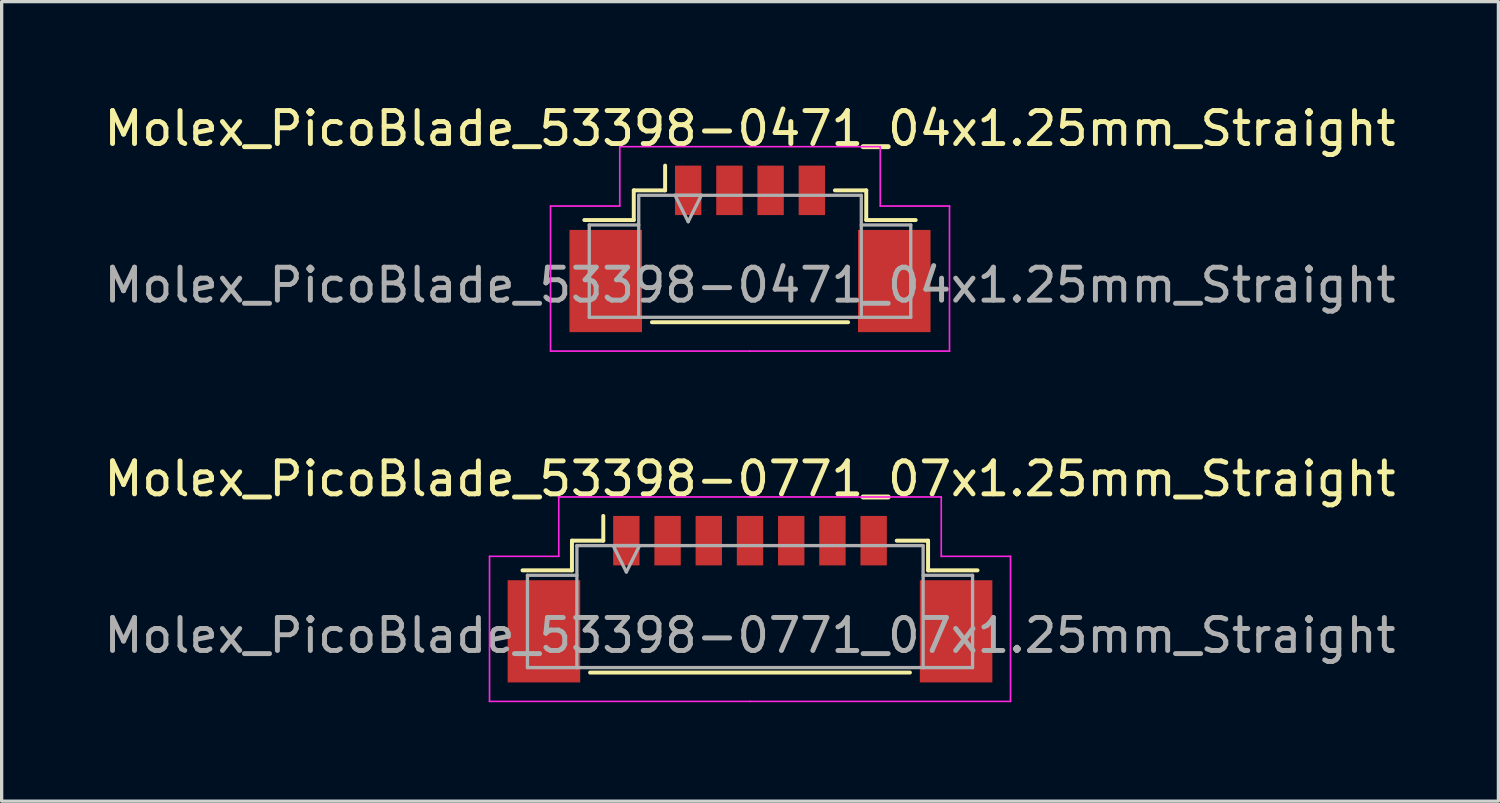
<source format=kicad_pcb>
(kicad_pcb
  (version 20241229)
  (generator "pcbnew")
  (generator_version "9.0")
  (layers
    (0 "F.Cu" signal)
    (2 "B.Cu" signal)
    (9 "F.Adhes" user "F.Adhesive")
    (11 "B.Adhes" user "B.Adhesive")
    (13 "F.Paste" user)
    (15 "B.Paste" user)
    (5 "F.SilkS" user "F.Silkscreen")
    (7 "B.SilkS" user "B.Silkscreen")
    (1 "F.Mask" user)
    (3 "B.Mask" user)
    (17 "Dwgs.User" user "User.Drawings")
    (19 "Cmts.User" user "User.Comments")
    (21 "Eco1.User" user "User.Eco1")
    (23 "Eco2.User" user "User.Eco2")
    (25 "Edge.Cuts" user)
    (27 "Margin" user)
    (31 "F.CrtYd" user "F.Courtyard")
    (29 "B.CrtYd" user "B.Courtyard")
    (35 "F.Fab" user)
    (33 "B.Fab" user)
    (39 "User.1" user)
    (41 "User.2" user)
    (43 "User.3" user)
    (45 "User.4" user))
  (footprint "Molex_PicoBlade_53398-0471_04x1.25mm_Straight"
    (layer "F.Cu")
    (at 19.696 4.098)
    (property "Reference" "Molex_PicoBlade_53398-0471_04x1.25mm_Straight" (at 0 -3.25 0) (layer "F.SilkS") (effects (font (size 1 1) (thickness 0.15))))
    (attr smd)
    (fp_line (start -3.525 -1.375) (end -3.525 -0.475) (stroke (width 0.12) (type solid)) (layer "F.SilkS"))
    (fp_line (start -3.525 -0.475) (end -5.025 -0.475) (stroke (width 0.12) (type solid)) (layer "F.SilkS"))
    (fp_line (start -2.975 2.625) (end 2.975 2.625) (stroke (width 0.12) (type solid)) (layer "F.SilkS"))
    (fp_line (start -2.575 -1.375) (end -3.525 -1.375) (stroke (width 0.12) (type solid)) (layer "F.SilkS"))
    (fp_line (start -2.575 -1.375) (end -2.575 -2.125) (stroke (width 0.12) (type solid)) (layer "F.SilkS"))
    (fp_line (start 2.575 -1.375) (end 3.525 -1.375) (stroke (width 0.12) (type solid)) (layer "F.SilkS"))
    (fp_line (start 3.525 -1.375) (end 3.525 -0.475) (stroke (width 0.12) (type solid)) (layer "F.SilkS"))
    (fp_line (start 3.525 -0.475) (end 5.025 -0.475) (stroke (width 0.12) (type solid)) (layer "F.SilkS"))
    (fp_line (start -6.05 -0.9) (end -6.05 3.5) (stroke (width 0.05) (type solid)) (layer "F.CrtYd"))
    (fp_line (start -6.05 3.5) (end 0 3.5) (stroke (width 0.05) (type solid)) (layer "F.CrtYd"))
    (fp_line (start -3.95 -2.7) (end -3.95 -0.9) (stroke (width 0.05) (type solid)) (layer "F.CrtYd"))
    (fp_line (start -3.95 -0.9) (end -6.05 -0.9) (stroke (width 0.05) (type solid)) (layer "F.CrtYd"))
    (fp_line (start 0 -2.7) (end -3.95 -2.7) (stroke (width 0.05) (type solid)) (layer "F.CrtYd"))
    (fp_line (start 0 -2.7) (end 3.95 -2.7) (stroke (width 0.05) (type solid)) (layer "F.CrtYd"))
    (fp_line (start 3.95 -2.7) (end 3.95 -0.9) (stroke (width 0.05) (type solid)) (layer "F.CrtYd"))
    (fp_line (start 3.95 -0.9) (end 6.05 -0.9) (stroke (width 0.05) (type solid)) (layer "F.CrtYd"))
    (fp_line (start 6.05 -0.9) (end 6.05 3.5) (stroke (width 0.05) (type solid)) (layer "F.CrtYd"))
    (fp_line (start 6.05 3.5) (end 0 3.5) (stroke (width 0.05) (type solid)) (layer "F.CrtYd"))
    (fp_line (start -4.875 -0.325) (end -3.375 -0.325) (stroke (width 0.1) (type solid)) (layer "F.Fab"))
    (fp_line (start -4.875 2.475) (end -4.875 -0.325) (stroke (width 0.1) (type solid)) (layer "F.Fab"))
    (fp_line (start -3.375 -1.225) (end -3.375 2.475) (stroke (width 0.1) (type solid)) (layer "F.Fab"))
    (fp_line (start -3.375 2.475) (end -4.875 2.475) (stroke (width 0.1) (type solid)) (layer "F.Fab"))
    (fp_line (start -3.375 2.475) (end 3.375 2.475) (stroke (width 0.1) (type solid)) (layer "F.Fab"))
    (fp_line (start -2.275 -1.225) (end -1.875 -0.425) (stroke (width 0.1) (type solid)) (layer "F.Fab"))
    (fp_line (start -1.875 -0.425) (end -1.475 -1.225) (stroke (width 0.1) (type solid)) (layer "F.Fab"))
    (fp_line (start -1.475 -1.225) (end -2.275 -1.225) (stroke (width 0.1) (type solid)) (layer "F.Fab"))
    (fp_line (start 3.375 -1.225) (end -3.375 -1.225) (stroke (width 0.1) (type solid)) (layer "F.Fab"))
    (fp_line (start 3.375 2.475) (end 3.375 -1.225) (stroke (width 0.1) (type solid)) (layer "F.Fab"))
    (fp_line (start 3.375 2.475) (end 4.875 2.475) (stroke (width 0.1) (type solid)) (layer "F.Fab"))
    (fp_line (start 4.875 -0.325) (end 3.375 -0.325) (stroke (width 0.1) (type solid)) (layer "F.Fab"))
    (fp_line (start 4.875 2.475) (end 4.875 -0.325) (stroke (width 0.1) (type solid)) (layer "F.Fab"))
    (fp_text user "${REFERENCE}" (at 0 1.5 0) (layer "F.Fab") (effects (font (size 1 1) (thickness 0.15))))
    (pad "" smd rect (at -4.375 1.375) (size 2.2 3.1) (layers "F.Cu" "F.Mask" "F.Paste"))
    (pad "" smd rect (at 4.375 1.375) (size 2.2 3.1) (layers "F.Cu" "F.Mask" "F.Paste"))
    (pad "1" smd rect (at -1.875 -1.375) (size 0.8 1.5) (layers "F.Cu" "F.Mask" "F.Paste"))
    (pad "2" smd rect (at -0.625 -1.375) (size 0.8 1.5) (layers "F.Cu" "F.Mask" "F.Paste"))
    (pad "3" smd rect (at 0.625 -1.375) (size 0.8 1.5) (layers "F.Cu" "F.Mask" "F.Paste"))
    (pad "4" smd rect (at 1.875 -1.375) (size 0.8 1.5) (layers "F.Cu" "F.Mask" "F.Paste")))
  (footprint "Molex_PicoBlade_53398-0771_07x1.25mm_Straight"
    (layer "F.Cu")
    (at 19.696 14.722)
    (property "Reference" "Molex_PicoBlade_53398-0771_07x1.25mm_Straight" (at 0 -3.25 0) (layer "F.SilkS") (effects (font (size 1 1) (thickness 0.15))))
    (attr smd)
    (fp_line (start -5.4 -1.375) (end -5.4 -0.475) (stroke (width 0.12) (type solid)) (layer "F.SilkS"))
    (fp_line (start -5.4 -0.475) (end -6.9 -0.475) (stroke (width 0.12) (type solid)) (layer "F.SilkS"))
    (fp_line (start -4.85 2.625) (end 4.85 2.625) (stroke (width 0.12) (type solid)) (layer "F.SilkS"))
    (fp_line (start -4.45 -1.375) (end -5.4 -1.375) (stroke (width 0.12) (type solid)) (layer "F.SilkS"))
    (fp_line (start -4.45 -1.375) (end -4.45 -2.125) (stroke (width 0.12) (type solid)) (layer "F.SilkS"))
    (fp_line (start 4.45 -1.375) (end 5.4 -1.375) (stroke (width 0.12) (type solid)) (layer "F.SilkS"))
    (fp_line (start 5.4 -1.375) (end 5.4 -0.475) (stroke (width 0.12) (type solid)) (layer "F.SilkS"))
    (fp_line (start 5.4 -0.475) (end 6.9 -0.475) (stroke (width 0.12) (type solid)) (layer "F.SilkS"))
    (fp_line (start -7.9 -0.9) (end -7.9 3.5) (stroke (width 0.05) (type solid)) (layer "F.CrtYd"))
    (fp_line (start -7.9 3.5) (end 0 3.5) (stroke (width 0.05) (type solid)) (layer "F.CrtYd"))
    (fp_line (start -5.8 -2.7) (end -5.8 -0.9) (stroke (width 0.05) (type solid)) (layer "F.CrtYd"))
    (fp_line (start -5.8 -0.9) (end -7.9 -0.9) (stroke (width 0.05) (type solid)) (layer "F.CrtYd"))
    (fp_line (start 0 -2.7) (end -5.8 -2.7) (stroke (width 0.05) (type solid)) (layer "F.CrtYd"))
    (fp_line (start 0 -2.7) (end 5.8 -2.7) (stroke (width 0.05) (type solid)) (layer "F.CrtYd"))
    (fp_line (start 5.8 -2.7) (end 5.8 -0.9) (stroke (width 0.05) (type solid)) (layer "F.CrtYd"))
    (fp_line (start 5.8 -0.9) (end 7.9 -0.9) (stroke (width 0.05) (type solid)) (layer "F.CrtYd"))
    (fp_line (start 7.9 -0.9) (end 7.9 3.5) (stroke (width 0.05) (type solid)) (layer "F.CrtYd"))
    (fp_line (start 7.9 3.5) (end 0 3.5) (stroke (width 0.05) (type solid)) (layer "F.CrtYd"))
    (fp_line (start -6.75 -0.325) (end -5.25 -0.325) (stroke (width 0.1) (type solid)) (layer "F.Fab"))
    (fp_line (start -6.75 2.475) (end -6.75 -0.325) (stroke (width 0.1) (type solid)) (layer "F.Fab"))
    (fp_line (start -5.25 -1.225) (end -5.25 2.475) (stroke (width 0.1) (type solid)) (layer "F.Fab"))
    (fp_line (start -5.25 2.475) (end -6.75 2.475) (stroke (width 0.1) (type solid)) (layer "F.Fab"))
    (fp_line (start -5.25 2.475) (end 5.25 2.475) (stroke (width 0.1) (type solid)) (layer "F.Fab"))
    (fp_line (start -4.15 -1.225) (end -3.75 -0.425) (stroke (width 0.1) (type solid)) (layer "F.Fab"))
    (fp_line (start -3.75 -0.425) (end -3.35 -1.225) (stroke (width 0.1) (type solid)) (layer "F.Fab"))
    (fp_line (start -3.35 -1.225) (end -4.15 -1.225) (stroke (width 0.1) (type solid)) (layer "F.Fab"))
    (fp_line (start 5.25 -1.225) (end -5.25 -1.225) (stroke (width 0.1) (type solid)) (layer "F.Fab"))
    (fp_line (start 5.25 2.475) (end 5.25 -1.225) (stroke (width 0.1) (type solid)) (layer "F.Fab"))
    (fp_line (start 5.25 2.475) (end 6.75 2.475) (stroke (width 0.1) (type solid)) (layer "F.Fab"))
    (fp_line (start 6.75 -0.325) (end 5.25 -0.325) (stroke (width 0.1) (type solid)) (layer "F.Fab"))
    (fp_line (start 6.75 2.475) (end 6.75 -0.325) (stroke (width 0.1) (type solid)) (layer "F.Fab"))
    (fp_text user "${REFERENCE}" (at 0 1.5 0) (layer "F.Fab") (effects (font (size 1 1) (thickness 0.15))))
    (pad "" smd rect (at -6.25 1.375) (size 2.2 3.1) (layers "F.Cu" "F.Mask" "F.Paste"))
    (pad "" smd rect (at 6.25 1.375) (size 2.2 3.1) (layers "F.Cu" "F.Mask" "F.Paste"))
    (pad "1" smd rect (at -3.75 -1.375) (size 0.8 1.5) (layers "F.Cu" "F.Mask" "F.Paste"))
    (pad "2" smd rect (at -2.5 -1.375) (size 0.8 1.5) (layers "F.Cu" "F.Mask" "F.Paste"))
    (pad "3" smd rect (at -1.25 -1.375) (size 0.8 1.5) (layers "F.Cu" "F.Mask" "F.Paste"))
    (pad "4" smd rect (at 0 -1.375) (size 0.8 1.5) (layers "F.Cu" "F.Mask" "F.Paste"))
    (pad "5" smd rect (at 1.25 -1.375) (size 0.8 1.5) (layers "F.Cu" "F.Mask" "F.Paste"))
    (pad "6" smd rect (at 2.5 -1.375) (size 0.8 1.5) (layers "F.Cu" "F.Mask" "F.Paste"))
    (pad "7" smd rect (at 3.75 -1.375) (size 0.8 1.5) (layers "F.Cu" "F.Mask" "F.Paste")))
  (gr_rect
    (start -3 -3)
    (end 42.393 21.247)
    (stroke (width 0.1) (type default))
    (fill no)
    (layer "Edge.Cuts")))
</source>
